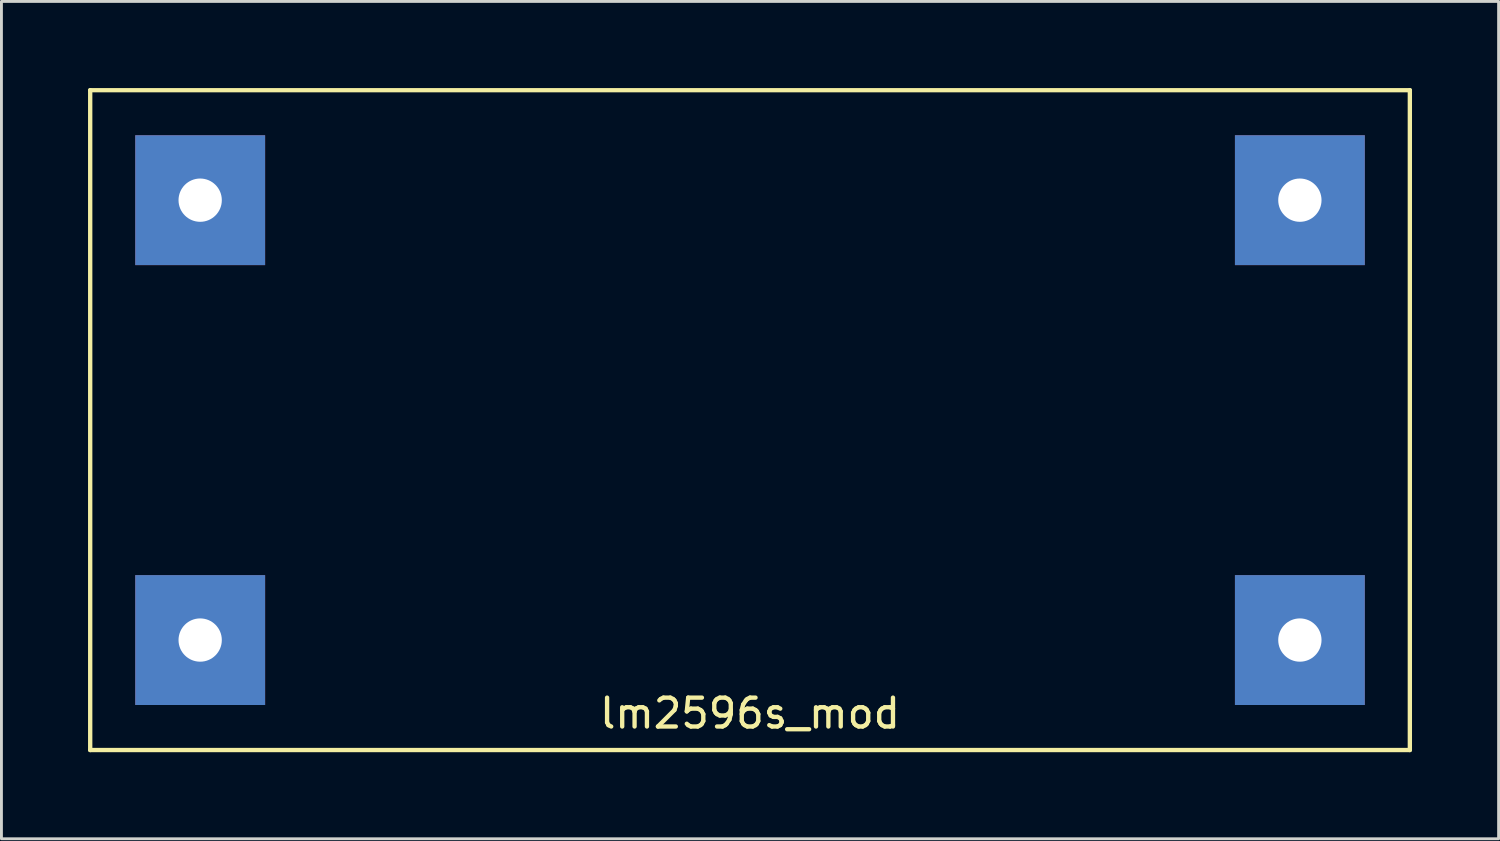
<source format=kicad_pcb>
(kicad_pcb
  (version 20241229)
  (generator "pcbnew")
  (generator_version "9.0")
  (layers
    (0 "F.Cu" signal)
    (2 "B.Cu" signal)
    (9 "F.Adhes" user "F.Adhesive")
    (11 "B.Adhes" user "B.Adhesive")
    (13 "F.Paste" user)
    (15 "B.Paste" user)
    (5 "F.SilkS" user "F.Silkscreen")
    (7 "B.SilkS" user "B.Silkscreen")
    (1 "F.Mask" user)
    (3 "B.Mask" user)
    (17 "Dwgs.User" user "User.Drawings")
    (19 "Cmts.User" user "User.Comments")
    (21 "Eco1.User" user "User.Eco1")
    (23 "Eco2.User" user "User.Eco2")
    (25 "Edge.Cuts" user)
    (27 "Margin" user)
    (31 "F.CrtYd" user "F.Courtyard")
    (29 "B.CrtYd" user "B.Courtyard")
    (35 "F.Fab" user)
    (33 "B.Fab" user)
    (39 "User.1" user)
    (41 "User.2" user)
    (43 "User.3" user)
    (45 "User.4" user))
  (footprint "lm2596s_mod"
    (layer "F.Cu")
    (at 22.935 11.505)
    (property "Reference" "lm2596s_mod" (at 0 10.16 0) (layer "F.SilkS") (effects (font (size 1 1) (thickness 0.15))))
    (attr through_hole)
    (fp_line (start -22.86 -11.43) (end 22.86 -11.43) (stroke (width 0.15) (type solid)) (layer "F.SilkS"))
    (fp_line (start -22.86 11.43) (end -22.86 -11.43) (stroke (width 0.15) (type solid)) (layer "F.SilkS"))
    (fp_line (start 22.86 -11.43) (end 22.86 11.43) (stroke (width 0.15) (type solid)) (layer "F.SilkS"))
    (fp_line (start 22.86 11.43) (end -22.86 11.43) (stroke (width 0.15) (type solid)) (layer "F.SilkS"))
    (pad "1" thru_hole rect (at -19.05 -7.62) (size 4.5 4.5) (drill 1.5) (layers "*.Cu" "*.Mask"))
    (pad "2" thru_hole rect (at -19.05 7.62) (size 4.5 4.5) (drill 1.5) (layers "*.Cu" "*.Mask"))
    (pad "3" thru_hole rect (at 19.05 -7.62) (size 4.5 4.5) (drill 1.5) (layers "*.Cu" "*.Mask"))
    (pad "4" thru_hole rect (at 19.05 7.62) (size 4.5 4.5) (drill 1.5) (layers "*.Cu" "*.Mask")))
  (gr_rect
    (start -3 -3)
    (end 48.87 26.01)
    (stroke (width 0.1) (type default))
    (fill no)
    (layer "Edge.Cuts")))
</source>
